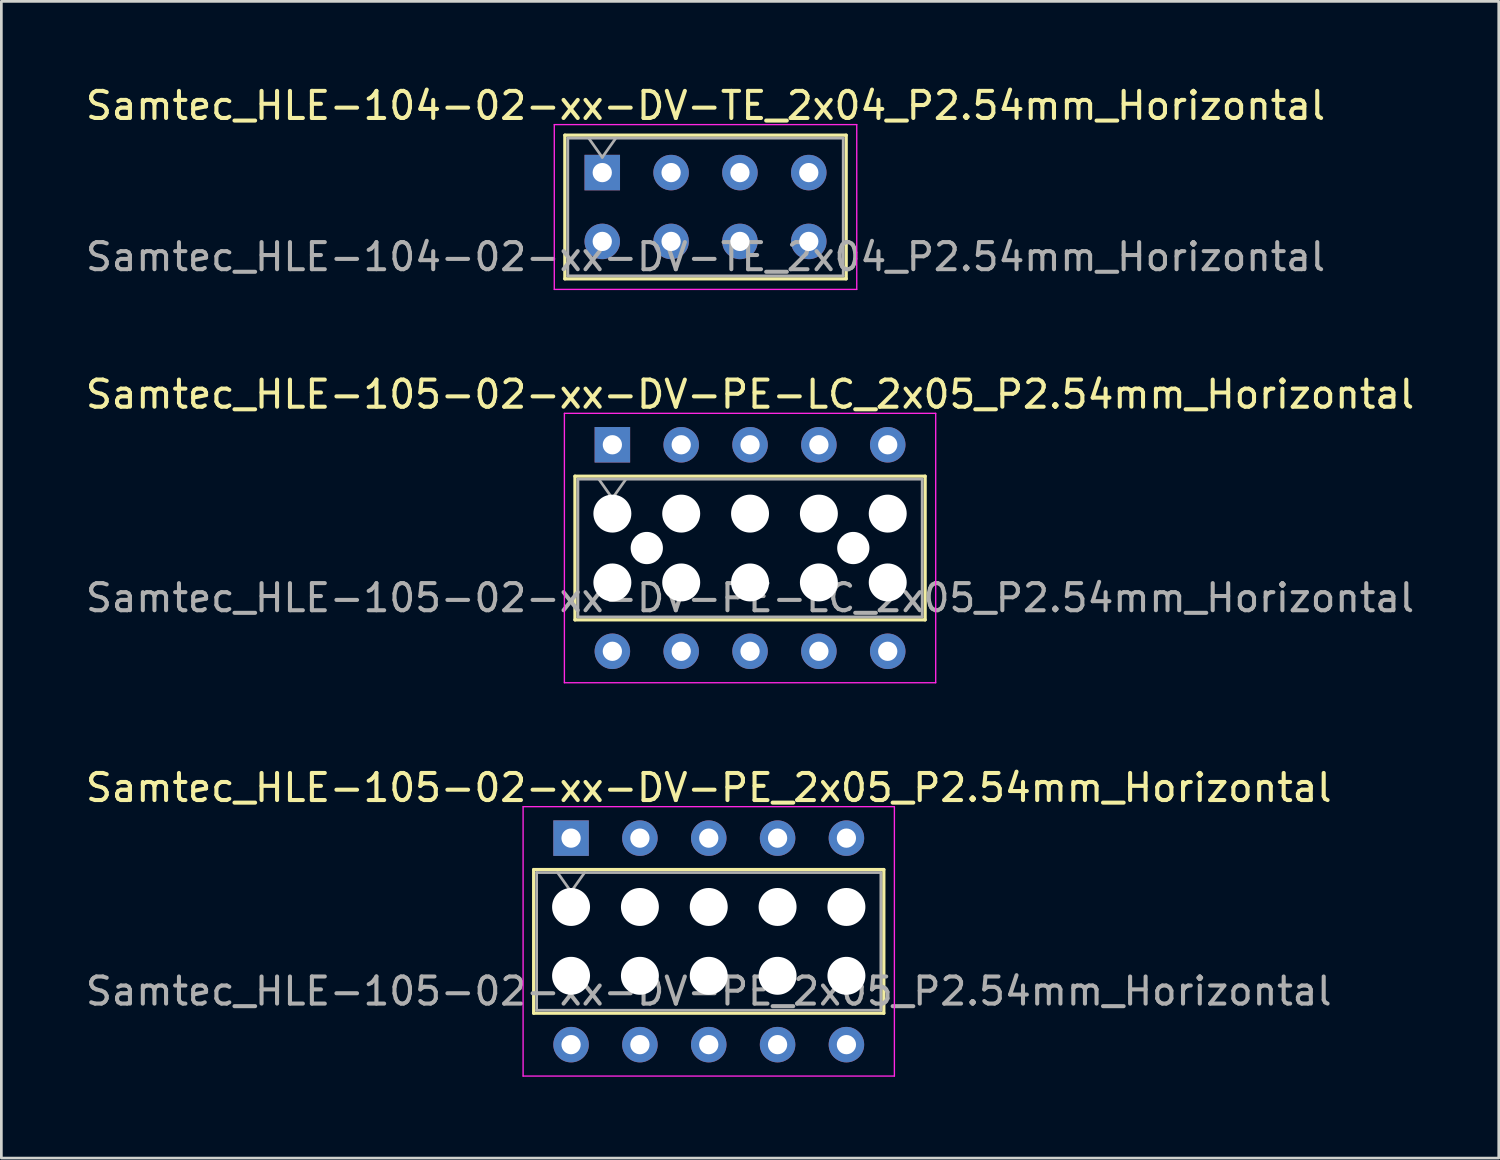
<source format=kicad_pcb>
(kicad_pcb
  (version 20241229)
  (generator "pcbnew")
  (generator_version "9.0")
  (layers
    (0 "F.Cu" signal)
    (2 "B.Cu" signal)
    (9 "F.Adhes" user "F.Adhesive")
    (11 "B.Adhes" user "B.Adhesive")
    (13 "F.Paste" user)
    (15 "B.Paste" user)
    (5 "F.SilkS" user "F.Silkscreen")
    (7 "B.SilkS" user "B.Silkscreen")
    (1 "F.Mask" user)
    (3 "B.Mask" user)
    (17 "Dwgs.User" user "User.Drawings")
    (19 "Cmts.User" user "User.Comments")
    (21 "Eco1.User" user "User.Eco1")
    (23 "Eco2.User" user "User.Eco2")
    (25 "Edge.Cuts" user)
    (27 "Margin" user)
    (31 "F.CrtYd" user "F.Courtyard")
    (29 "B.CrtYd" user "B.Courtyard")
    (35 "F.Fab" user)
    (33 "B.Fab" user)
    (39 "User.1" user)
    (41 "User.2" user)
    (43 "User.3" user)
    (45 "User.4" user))
  (footprint "Samtec_HLE-105-02-xx-DV-PE-LC_2x05_P2.54mm_Horizontal"
    (layer "F.Cu")
    (at 19.545 13.361)
    (property "Reference" "Samtec_HLE-105-02-xx-DV-PE-LC_2x05_P2.54mm_Horizontal" (at 5.08 -1.86 0) (layer "F.SilkS") (effects (font (size 1 1) (thickness 0.15))))
    (attr through_hole)
    (fp_line (start -1.38 1.16) (end 11.54 1.16) (stroke (width 0.12) (type solid)) (layer "F.SilkS"))
    (fp_line (start -1.38 6.46) (end -1.38 1.16) (stroke (width 0.12) (type solid)) (layer "F.SilkS"))
    (fp_line (start 11.54 1.16) (end 11.54 6.46) (stroke (width 0.12) (type solid)) (layer "F.SilkS"))
    (fp_line (start 11.54 6.46) (end -1.38 6.46) (stroke (width 0.12) (type solid)) (layer "F.SilkS"))
    (fp_line (start -1.77 -1.16) (end 11.93 -1.16) (stroke (width 0.05) (type solid)) (layer "F.CrtYd"))
    (fp_line (start -1.77 8.78) (end -1.77 -1.16) (stroke (width 0.05) (type solid)) (layer "F.CrtYd"))
    (fp_line (start 11.93 -1.16) (end 11.93 8.78) (stroke (width 0.05) (type solid)) (layer "F.CrtYd"))
    (fp_line (start 11.93 8.78) (end -1.77 8.78) (stroke (width 0.05) (type solid)) (layer "F.CrtYd"))
    (fp_line (start -1.27 1.27) (end 11.43 1.27) (stroke (width 0.1) (type solid)) (layer "F.Fab"))
    (fp_line (start -1.27 6.35) (end -1.27 1.27) (stroke (width 0.1) (type solid)) (layer "F.Fab"))
    (fp_line (start -0.5 1.27) (end 0 1.977) (stroke (width 0.1) (type solid)) (layer "F.Fab"))
    (fp_line (start 0 1.977) (end 0.5 1.27) (stroke (width 0.1) (type solid)) (layer "F.Fab"))
    (fp_line (start 11.43 1.27) (end 11.43 6.35) (stroke (width 0.1) (type solid)) (layer "F.Fab"))
    (fp_line (start 11.43 6.35) (end -1.27 6.35) (stroke (width 0.1) (type solid)) (layer "F.Fab"))
    (fp_text user "${REFERENCE}" (at 5.08 5.65 0) (layer "F.Fab") (effects (font (size 1 1) (thickness 0.15))))
    (pad "" np_thru_hole circle (at 0 2.54) (size 1.4 1.4) (drill 1.4) (layers "*.Cu" "*.Mask"))
    (pad "" np_thru_hole circle (at 0 5.08) (size 1.4 1.4) (drill 1.4) (layers "*.Cu" "*.Mask"))
    (pad "" np_thru_hole circle (at 1.27 3.81) (size 1.19 1.19) (drill 1.19) (layers "*.Cu" "*.Mask"))
    (pad "" np_thru_hole circle (at 2.54 2.54) (size 1.4 1.4) (drill 1.4) (layers "*.Cu" "*.Mask"))
    (pad "" np_thru_hole circle (at 2.54 5.08) (size 1.4 1.4) (drill 1.4) (layers "*.Cu" "*.Mask"))
    (pad "" np_thru_hole circle (at 5.08 2.54) (size 1.4 1.4) (drill 1.4) (layers "*.Cu" "*.Mask"))
    (pad "" np_thru_hole circle (at 5.08 5.08) (size 1.4 1.4) (drill 1.4) (layers "*.Cu" "*.Mask"))
    (pad "" np_thru_hole circle (at 7.62 2.54) (size 1.4 1.4) (drill 1.4) (layers "*.Cu" "*.Mask"))
    (pad "" np_thru_hole circle (at 7.62 5.08) (size 1.4 1.4) (drill 1.4) (layers "*.Cu" "*.Mask"))
    (pad "" np_thru_hole circle (at 8.89 3.81) (size 1.19 1.19) (drill 1.19) (layers "*.Cu" "*.Mask"))
    (pad "" np_thru_hole circle (at 10.16 2.54) (size 1.4 1.4) (drill 1.4) (layers "*.Cu" "*.Mask"))
    (pad "" np_thru_hole circle (at 10.16 5.08) (size 1.4 1.4) (drill 1.4) (layers "*.Cu" "*.Mask"))
    (pad "1" thru_hole rect (at 0 0) (size 1.31 1.31) (drill 0.71) (layers "*.Cu" "*.Mask"))
    (pad "2" thru_hole circle (at 0 7.62) (size 1.31 1.31) (drill 0.71) (layers "*.Cu" "*.Mask"))
    (pad "3" thru_hole circle (at 2.54 0) (size 1.31 1.31) (drill 0.71) (layers "*.Cu" "*.Mask"))
    (pad "4" thru_hole circle (at 2.54 7.62) (size 1.31 1.31) (drill 0.71) (layers "*.Cu" "*.Mask"))
    (pad "5" thru_hole circle (at 5.08 0) (size 1.31 1.31) (drill 0.71) (layers "*.Cu" "*.Mask"))
    (pad "6" thru_hole circle (at 5.08 7.62) (size 1.31 1.31) (drill 0.71) (layers "*.Cu" "*.Mask"))
    (pad "7" thru_hole circle (at 7.62 0) (size 1.31 1.31) (drill 0.71) (layers "*.Cu" "*.Mask"))
    (pad "8" thru_hole circle (at 7.62 7.62) (size 1.31 1.31) (drill 0.71) (layers "*.Cu" "*.Mask"))
    (pad "9" thru_hole circle (at 10.16 0) (size 1.31 1.31) (drill 0.71) (layers "*.Cu" "*.Mask"))
    (pad "10" thru_hole circle (at 10.16 7.62) (size 1.31 1.31) (drill 0.71) (layers "*.Cu" "*.Mask")))
  (footprint "Samtec_HLE-105-02-xx-DV-PE_2x05_P2.54mm_Horizontal"
    (layer "F.Cu")
    (at 18.021 27.875)
    (property "Reference" "Samtec_HLE-105-02-xx-DV-PE_2x05_P2.54mm_Horizontal" (at 5.08 -1.86 0) (layer "F.SilkS") (effects (font (size 1 1) (thickness 0.15))))
    (attr through_hole)
    (fp_line (start -1.38 1.16) (end 11.54 1.16) (stroke (width 0.12) (type solid)) (layer "F.SilkS"))
    (fp_line (start -1.38 6.46) (end -1.38 1.16) (stroke (width 0.12) (type solid)) (layer "F.SilkS"))
    (fp_line (start 11.54 1.16) (end 11.54 6.46) (stroke (width 0.12) (type solid)) (layer "F.SilkS"))
    (fp_line (start 11.54 6.46) (end -1.38 6.46) (stroke (width 0.12) (type solid)) (layer "F.SilkS"))
    (fp_line (start -1.77 -1.16) (end 11.93 -1.16) (stroke (width 0.05) (type solid)) (layer "F.CrtYd"))
    (fp_line (start -1.77 8.78) (end -1.77 -1.16) (stroke (width 0.05) (type solid)) (layer "F.CrtYd"))
    (fp_line (start 11.93 -1.16) (end 11.93 8.78) (stroke (width 0.05) (type solid)) (layer "F.CrtYd"))
    (fp_line (start 11.93 8.78) (end -1.77 8.78) (stroke (width 0.05) (type solid)) (layer "F.CrtYd"))
    (fp_line (start -1.27 1.27) (end 11.43 1.27) (stroke (width 0.1) (type solid)) (layer "F.Fab"))
    (fp_line (start -1.27 6.35) (end -1.27 1.27) (stroke (width 0.1) (type solid)) (layer "F.Fab"))
    (fp_line (start -0.5 1.27) (end 0 1.977) (stroke (width 0.1) (type solid)) (layer "F.Fab"))
    (fp_line (start 0 1.977) (end 0.5 1.27) (stroke (width 0.1) (type solid)) (layer "F.Fab"))
    (fp_line (start 11.43 1.27) (end 11.43 6.35) (stroke (width 0.1) (type solid)) (layer "F.Fab"))
    (fp_line (start 11.43 6.35) (end -1.27 6.35) (stroke (width 0.1) (type solid)) (layer "F.Fab"))
    (fp_text user "${REFERENCE}" (at 5.08 5.65 0) (layer "F.Fab") (effects (font (size 1 1) (thickness 0.15))))
    (pad "" np_thru_hole circle (at 0 2.54) (size 1.4 1.4) (drill 1.4) (layers "*.Cu" "*.Mask"))
    (pad "" np_thru_hole circle (at 0 5.08) (size 1.4 1.4) (drill 1.4) (layers "*.Cu" "*.Mask"))
    (pad "" np_thru_hole circle (at 2.54 2.54) (size 1.4 1.4) (drill 1.4) (layers "*.Cu" "*.Mask"))
    (pad "" np_thru_hole circle (at 2.54 5.08) (size 1.4 1.4) (drill 1.4) (layers "*.Cu" "*.Mask"))
    (pad "" np_thru_hole circle (at 5.08 2.54) (size 1.4 1.4) (drill 1.4) (layers "*.Cu" "*.Mask"))
    (pad "" np_thru_hole circle (at 5.08 5.08) (size 1.4 1.4) (drill 1.4) (layers "*.Cu" "*.Mask"))
    (pad "" np_thru_hole circle (at 7.62 2.54) (size 1.4 1.4) (drill 1.4) (layers "*.Cu" "*.Mask"))
    (pad "" np_thru_hole circle (at 7.62 5.08) (size 1.4 1.4) (drill 1.4) (layers "*.Cu" "*.Mask"))
    (pad "" np_thru_hole circle (at 10.16 2.54) (size 1.4 1.4) (drill 1.4) (layers "*.Cu" "*.Mask"))
    (pad "" np_thru_hole circle (at 10.16 5.08) (size 1.4 1.4) (drill 1.4) (layers "*.Cu" "*.Mask"))
    (pad "1" thru_hole rect (at 0 0) (size 1.31 1.31) (drill 0.71) (layers "*.Cu" "*.Mask"))
    (pad "2" thru_hole circle (at 0 7.62) (size 1.31 1.31) (drill 0.71) (layers "*.Cu" "*.Mask"))
    (pad "3" thru_hole circle (at 2.54 0) (size 1.31 1.31) (drill 0.71) (layers "*.Cu" "*.Mask"))
    (pad "4" thru_hole circle (at 2.54 7.62) (size 1.31 1.31) (drill 0.71) (layers "*.Cu" "*.Mask"))
    (pad "5" thru_hole circle (at 5.08 0) (size 1.31 1.31) (drill 0.71) (layers "*.Cu" "*.Mask"))
    (pad "6" thru_hole circle (at 5.08 7.62) (size 1.31 1.31) (drill 0.71) (layers "*.Cu" "*.Mask"))
    (pad "7" thru_hole circle (at 7.62 0) (size 1.31 1.31) (drill 0.71) (layers "*.Cu" "*.Mask"))
    (pad "8" thru_hole circle (at 7.62 7.62) (size 1.31 1.31) (drill 0.71) (layers "*.Cu" "*.Mask"))
    (pad "9" thru_hole circle (at 10.16 0) (size 1.31 1.31) (drill 0.71) (layers "*.Cu" "*.Mask"))
    (pad "10" thru_hole circle (at 10.16 7.62) (size 1.31 1.31) (drill 0.71) (layers "*.Cu" "*.Mask")))
  (footprint "Samtec_HLE-104-02-xx-DV-TE_2x04_P2.54mm_Horizontal"
    (layer "F.Cu")
    (at 19.172 3.318)
    (property "Reference" "Samtec_HLE-104-02-xx-DV-TE_2x04_P2.54mm_Horizontal" (at 3.81 -2.47 0) (layer "F.SilkS") (effects (font (size 1 1) (thickness 0.15))))
    (attr through_hole)
    (fp_line (start -1.38 -1.38) (end 9 -1.38) (stroke (width 0.12) (type solid)) (layer "F.SilkS"))
    (fp_line (start -1.38 3.92) (end -1.38 -1.38) (stroke (width 0.12) (type solid)) (layer "F.SilkS"))
    (fp_line (start 9 -1.38) (end 9 3.92) (stroke (width 0.12) (type solid)) (layer "F.SilkS"))
    (fp_line (start 9 3.92) (end -1.38 3.92) (stroke (width 0.12) (type solid)) (layer "F.SilkS"))
    (fp_line (start -1.77 -1.77) (end 9.39 -1.77) (stroke (width 0.05) (type solid)) (layer "F.CrtYd"))
    (fp_line (start -1.77 4.31) (end -1.77 -1.77) (stroke (width 0.05) (type solid)) (layer "F.CrtYd"))
    (fp_line (start 9.39 -1.77) (end 9.39 4.31) (stroke (width 0.05) (type solid)) (layer "F.CrtYd"))
    (fp_line (start 9.39 4.31) (end -1.77 4.31) (stroke (width 0.05) (type solid)) (layer "F.CrtYd"))
    (fp_line (start -1.27 -1.27) (end 8.89 -1.27) (stroke (width 0.1) (type solid)) (layer "F.Fab"))
    (fp_line (start -1.27 3.81) (end -1.27 -1.27) (stroke (width 0.1) (type solid)) (layer "F.Fab"))
    (fp_line (start -0.5 -1.27) (end 0 -0.563) (stroke (width 0.1) (type solid)) (layer "F.Fab"))
    (fp_line (start 0 -0.563) (end 0.5 -1.27) (stroke (width 0.1) (type solid)) (layer "F.Fab"))
    (fp_line (start 8.89 -1.27) (end 8.89 3.81) (stroke (width 0.1) (type solid)) (layer "F.Fab"))
    (fp_line (start 8.89 3.81) (end -1.27 3.81) (stroke (width 0.1) (type solid)) (layer "F.Fab"))
    (fp_text user "${REFERENCE}" (at 3.81 3.11 0) (layer "F.Fab") (effects (font (size 1 1) (thickness 0.15))))
    (pad "1" thru_hole rect (at 0 0) (size 1.31 1.31) (drill 0.71) (layers "*.Cu" "*.Mask"))
    (pad "2" thru_hole circle (at 0 2.54) (size 1.31 1.31) (drill 0.71) (layers "*.Cu" "*.Mask"))
    (pad "3" thru_hole circle (at 2.54 0) (size 1.31 1.31) (drill 0.71) (layers "*.Cu" "*.Mask"))
    (pad "4" thru_hole circle (at 2.54 2.54) (size 1.31 1.31) (drill 0.71) (layers "*.Cu" "*.Mask"))
    (pad "5" thru_hole circle (at 5.08 0) (size 1.31 1.31) (drill 0.71) (layers "*.Cu" "*.Mask"))
    (pad "6" thru_hole circle (at 5.08 2.54) (size 1.31 1.31) (drill 0.71) (layers "*.Cu" "*.Mask"))
    (pad "7" thru_hole circle (at 7.62 0) (size 1.31 1.31) (drill 0.71) (layers "*.Cu" "*.Mask"))
    (pad "8" thru_hole circle (at 7.62 2.54) (size 1.31 1.31) (drill 0.71) (layers "*.Cu" "*.Mask")))
  (gr_rect
    (start -3 -3)
    (end 52.25 39.68)
    (stroke (width 0.1) (type default))
    (fill no)
    (layer "Edge.Cuts")))
</source>
